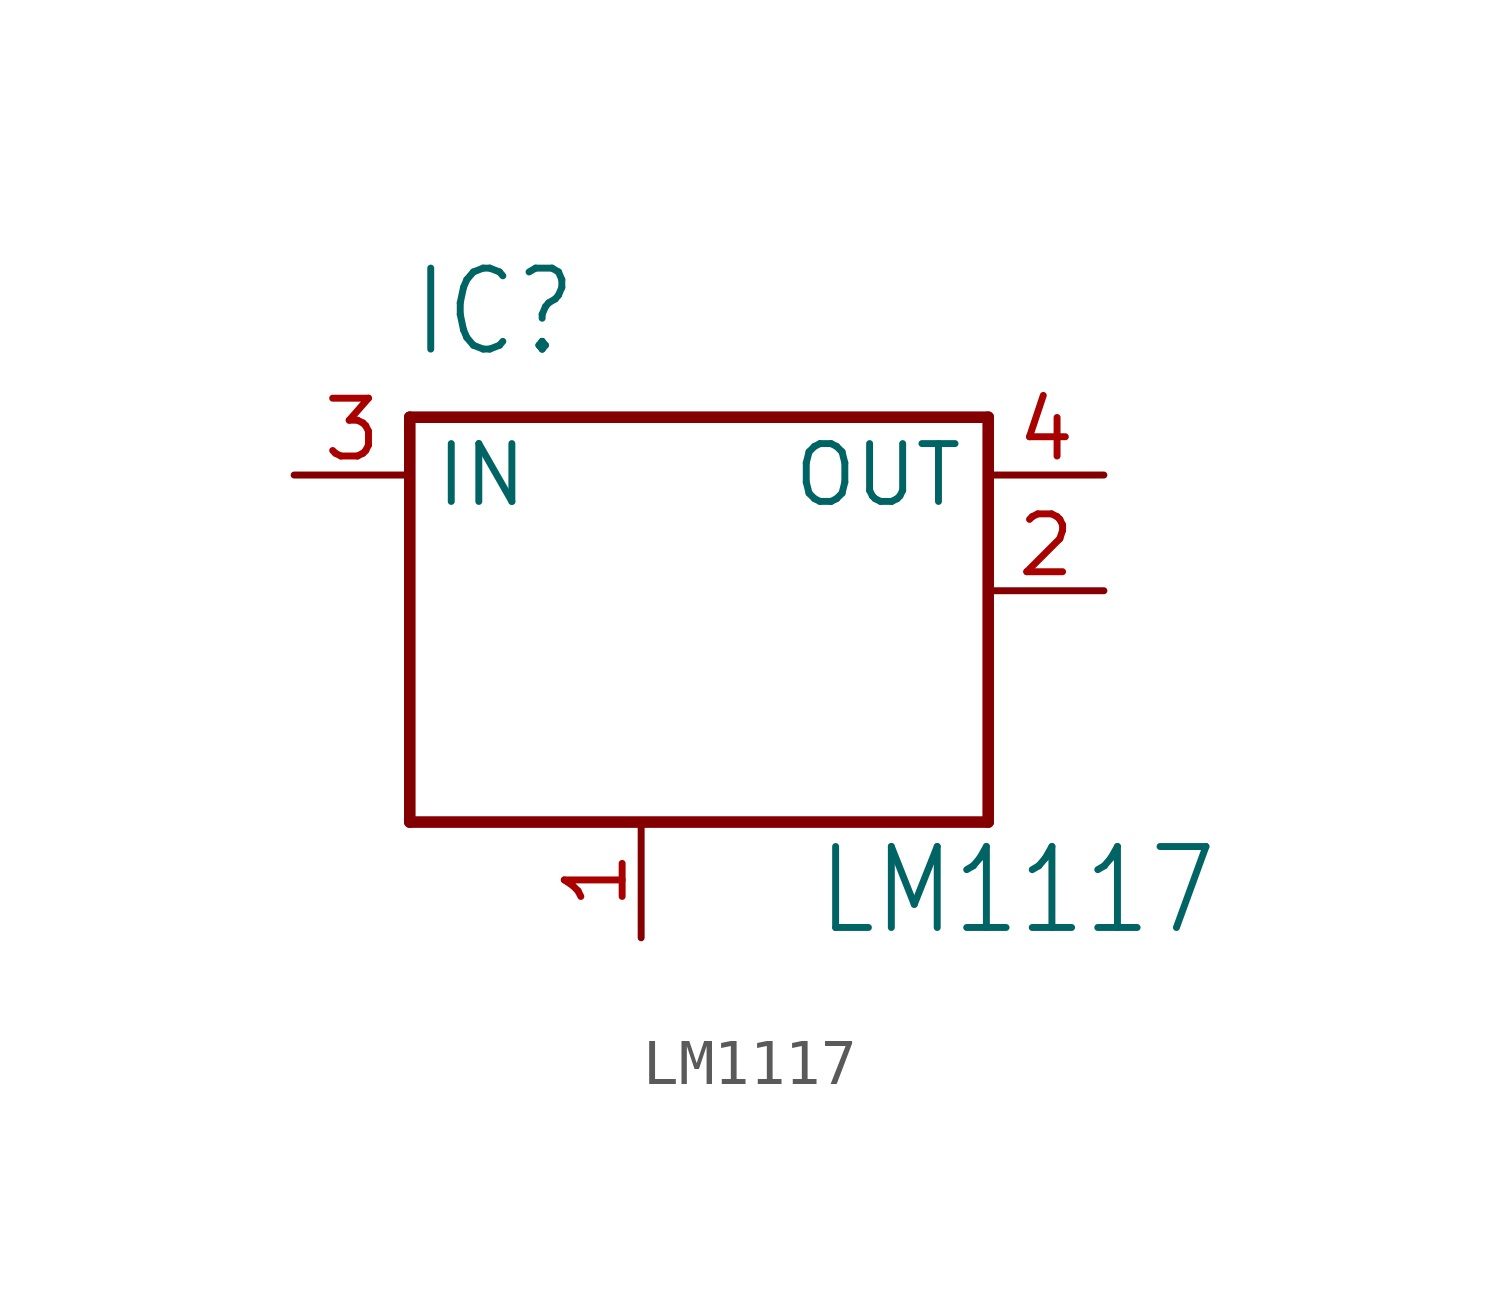
<source format=kicad_sym>
(kicad_symbol_lib
  (version 20211014)
  (generator kicad_symbol_editor)
  (symbol "LM1117"
    (property "Reference" "IC"
      (at -5.08 7.62 0)
      (effects (font (size 1.778 1.511)) (justify left bottom)))
    (property "Value" "LM1117"
      (at 3.81 -5.08 0)
      (effects (font (size 1.778 1.511)) (justify left bottom)))
    (symbol "LM1117_1_0"
      (polyline (pts (xy -5.08 -2.54) (xy -5.08 6.35)) (stroke (width 0.254) (type default) (color 0 0 0 0)) (fill (type none)))
      (polyline (pts (xy -5.08 6.35) (xy 7.62 6.35)) (stroke (width 0.254) (type default) (color 0 0 0 0)) (fill (type none)))
      (polyline (pts (xy 7.62 -2.54) (xy -5.08 -2.54)) (stroke (width 0.254) (type default) (color 0 0 0 0)) (fill (type none)))
      (polyline (pts (xy 7.62 6.35) (xy 7.62 -2.54)) (stroke (width 0.254) (type default) (color 0 0 0 0)) (fill (type none)))
      (pin input line (at 0 -5.08 90) (length 2.54) (name "GND/ADJ" (effects (font (size 0 0)))) (number "1" (effects (font (size 1.27 1.27)))))
      (pin passive line (at 10.16 2.54 180) (length 2.54) (name "" (effects (font (size 1.27 1.27)))) (number "2" (effects (font (size 1.27 1.27)))))
      (pin power_in line (at -7.62 5.08 0) (length 2.54) (name "IN" (effects (font (size 1.27 1.27)))) (number "3" (effects (font (size 1.27 1.27)))))
      (pin power_out line (at 10.16 5.08 180) (length 2.54) (name "OUT" (effects (font (size 1.27 1.27)))) (number "4" (effects (font (size 1.27 1.27))))))))
</source>
